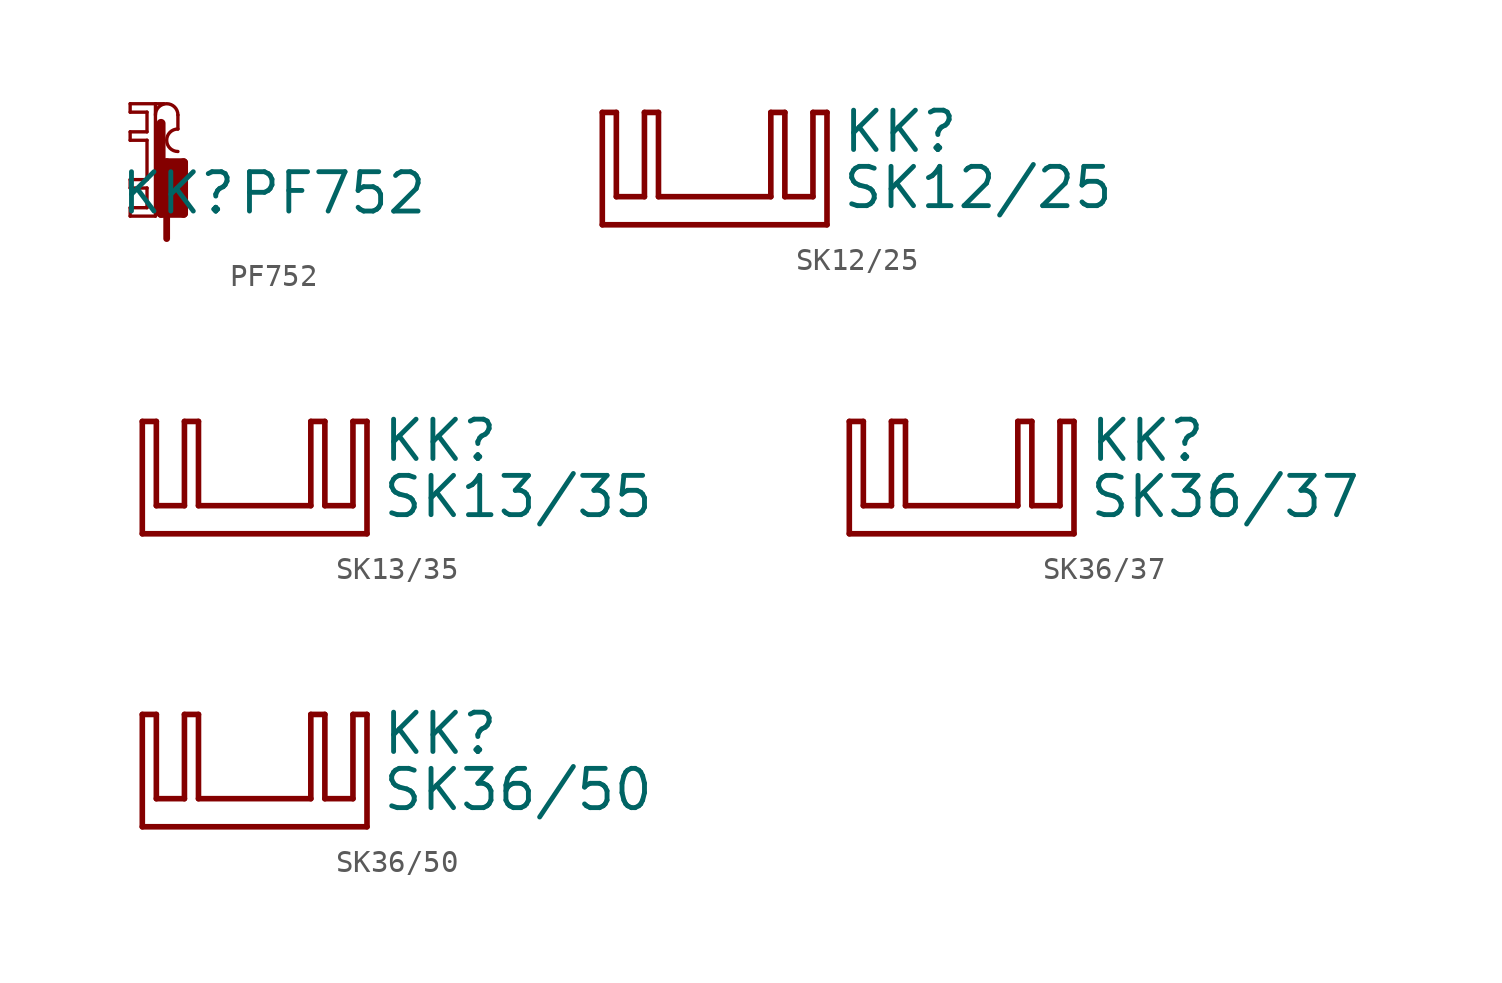
<source format=kicad_sym>
(kicad_symbol_lib
  (version 20220914)
  (generator Eagle2Kicad)
  (symbol "PF752"
    (property "Reference" "KK"
      (at -1.651 -2.54 0)
      (effects (font (size 1.778 1.778) (thickness 0.22)) (justify left bottom)))
    (property "Value" "PF752"
      (at 3.683 -2.54 0)
      (effects (font (size 1.778 1.778) (thickness 0.22)) (justify left bottom)))
    (polyline
      (pts (xy 0 -2.54) (xy 0 2.54))
      (stroke (width 0.152) (type default))
      (fill (type none)))
    (polyline
      (pts (xy 0 2.54) (xy -1.143 2.54))
      (stroke (width 0.152) (type default))
      (fill (type none)))
    (polyline
      (pts (xy -1.143 2.54) (xy -1.143 2.159))
      (stroke (width 0.152) (type default))
      (fill (type none)))
    (polyline
      (pts (xy -1.143 2.159) (xy -0.381 2.159))
      (stroke (width 0.152) (type default))
      (fill (type none)))
    (polyline
      (pts (xy -0.381 2.159) (xy -0.381 1.27))
      (stroke (width 0.152) (type default))
      (fill (type none)))
    (polyline
      (pts (xy -0.381 1.27) (xy -1.143 1.27))
      (stroke (width 0.152) (type default))
      (fill (type none)))
    (polyline
      (pts (xy -1.143 1.27) (xy -1.143 0.889))
      (stroke (width 0.152) (type default))
      (fill (type none)))
    (polyline
      (pts (xy -1.143 0.889) (xy -0.381 0.889))
      (stroke (width 0.152) (type default))
      (fill (type none)))
    (polyline
      (pts (xy -0.381 0.889) (xy -0.381 -0.889))
      (stroke (width 0.152) (type default))
      (fill (type none)))
    (polyline
      (pts (xy -0.381 -0.889) (xy -1.143 -0.889))
      (stroke (width 0.152) (type default))
      (fill (type none)))
    (polyline
      (pts (xy -1.143 -0.889) (xy -1.143 -1.27))
      (stroke (width 0.152) (type default))
      (fill (type none)))
    (polyline
      (pts (xy -1.143 -1.27) (xy -0.381 -1.27))
      (stroke (width 0.152) (type default))
      (fill (type none)))
    (polyline
      (pts (xy -0.381 -1.27) (xy -0.381 -2.159))
      (stroke (width 0.152) (type default))
      (fill (type none)))
    (polyline
      (pts (xy -0.381 -2.159) (xy -1.143 -2.159))
      (stroke (width 0.152) (type default))
      (fill (type none)))
    (polyline
      (pts (xy -1.143 -2.159) (xy -1.143 -2.54))
      (stroke (width 0.152) (type default))
      (fill (type none)))
    (polyline
      (pts (xy -1.143 -2.54) (xy 0 -2.54))
      (stroke (width 0.152) (type default))
      (fill (type none)))
    (polyline
      (pts (xy 0.381 2.54) (xy 0 2.54))
      (stroke (width 0.152) (type default))
      (fill (type none)))
    (polyline
      (pts (xy 1.016 1.397) (xy 1.016 2.032))
      (stroke (width 0.152) (type default))
      (fill (type none)))
    (arc
      (start 1.016 2.032)
      (mid 0.508 2.540)
      (end 0 2.032)
      (stroke (width 0.1524) (type default))
      (fill (type none)))
    (arc
      (start 1.016 1.397)
      (mid 0.508 0.889)
      (end 1.016 0.381)
      (stroke (width 0.1524) (type default))
      (fill (type none)))
    (polyline
      (pts (xy 0.254 1.651) (xy 0.254 -2.413))
      (stroke (width 0.406) (type default))
      (fill (type none)))
    (polyline
      (pts (xy 0.254 -2.413) (xy 1.27 -2.413))
      (stroke (width 0.406) (type default))
      (fill (type none)))
    (polyline
      (pts (xy 1.27 -2.413) (xy 1.27 -0.127))
      (stroke (width 0.406) (type default))
      (fill (type none)))
    (polyline
      (pts (xy 1.27 -0.127) (xy 0.508 -0.127))
      (stroke (width 0.406) (type default))
      (fill (type none)))
    (polyline
      (pts (xy 0.508 -0.127) (xy 0.508 -2.032))
      (stroke (width 0.406) (type default))
      (fill (type none)))
    (polyline
      (pts (xy 0.508 -2.032) (xy 1.016 -2.032))
      (stroke (width 0.406) (type default))
      (fill (type none)))
    (polyline
      (pts (xy 1.016 -2.032) (xy 1.016 -0.381))
      (stroke (width 0.406) (type default))
      (fill (type none)))
    (polyline
      (pts (xy 1.016 -0.381) (xy 0.762 -0.381))
      (stroke (width 0.406) (type default))
      (fill (type none)))
    (polyline
      (pts (xy 0.762 -0.381) (xy 0.762 -1.778))
      (stroke (width 0.406) (type default))
      (fill (type none)))
    (polyline
      (pts (xy 0.508 -2.54) (xy 0.508 -3.556))
      (stroke (width 0.305) (type default))
      (fill (type none))))
  (symbol "SK12/25"
    (property "Reference" "KK"
      (at 5.715 3.175 0)
      (effects (font (size 1.778 1.778) (thickness 0.22)) (justify left bottom)))
    (property "Value" "SK12/25"
      (at 5.715 0.635 0)
      (effects (font (size 1.778 1.778) (thickness 0.22)) (justify left bottom)))
    (polyline
      (pts (xy -5.08 0) (xy 5.08 0))
      (stroke (width 0.254) (type default))
      (fill (type none)))
    (polyline
      (pts (xy 5.08 0) (xy 5.08 5.08))
      (stroke (width 0.254) (type default))
      (fill (type none)))
    (polyline
      (pts (xy 5.08 5.08) (xy 4.445 5.08))
      (stroke (width 0.254) (type default))
      (fill (type none)))
    (polyline
      (pts (xy 4.445 5.08) (xy 4.445 1.27))
      (stroke (width 0.254) (type default))
      (fill (type none)))
    (polyline
      (pts (xy 4.445 1.27) (xy 3.175 1.27))
      (stroke (width 0.254) (type default))
      (fill (type none)))
    (polyline
      (pts (xy 3.175 1.27) (xy 3.175 5.08))
      (stroke (width 0.254) (type default))
      (fill (type none)))
    (polyline
      (pts (xy 3.175 5.08) (xy 2.54 5.08))
      (stroke (width 0.254) (type default))
      (fill (type none)))
    (polyline
      (pts (xy 2.54 5.08) (xy 2.54 1.27))
      (stroke (width 0.254) (type default))
      (fill (type none)))
    (polyline
      (pts (xy 2.54 1.27) (xy -2.54 1.27))
      (stroke (width 0.254) (type default))
      (fill (type none)))
    (polyline
      (pts (xy -2.54 1.27) (xy -2.54 5.08))
      (stroke (width 0.254) (type default))
      (fill (type none)))
    (polyline
      (pts (xy -2.54 5.08) (xy -3.175 5.08))
      (stroke (width 0.254) (type default))
      (fill (type none)))
    (polyline
      (pts (xy -3.175 5.08) (xy -3.175 1.27))
      (stroke (width 0.254) (type default))
      (fill (type none)))
    (polyline
      (pts (xy -3.175 1.27) (xy -4.445 1.27))
      (stroke (width 0.254) (type default))
      (fill (type none)))
    (polyline
      (pts (xy -4.445 1.27) (xy -4.445 5.08))
      (stroke (width 0.254) (type default))
      (fill (type none)))
    (polyline
      (pts (xy -4.445 5.08) (xy -5.08 5.08))
      (stroke (width 0.254) (type default))
      (fill (type none)))
    (polyline
      (pts (xy -5.08 5.08) (xy -5.08 0))
      (stroke (width 0.254) (type default))
      (fill (type none))))
  (symbol "SK13/35"
    (property "Reference" "KK"
      (at 5.715 3.175 0)
      (effects (font (size 1.778 1.778) (thickness 0.22)) (justify left bottom)))
    (property "Value" "SK13/35"
      (at 5.715 0.635 0)
      (effects (font (size 1.778 1.778) (thickness 0.22)) (justify left bottom)))
    (polyline
      (pts (xy -5.08 0) (xy 5.08 0))
      (stroke (width 0.254) (type default))
      (fill (type none)))
    (polyline
      (pts (xy 5.08 0) (xy 5.08 5.08))
      (stroke (width 0.254) (type default))
      (fill (type none)))
    (polyline
      (pts (xy 5.08 5.08) (xy 4.445 5.08))
      (stroke (width 0.254) (type default))
      (fill (type none)))
    (polyline
      (pts (xy 4.445 5.08) (xy 4.445 1.27))
      (stroke (width 0.254) (type default))
      (fill (type none)))
    (polyline
      (pts (xy 4.445 1.27) (xy 3.175 1.27))
      (stroke (width 0.254) (type default))
      (fill (type none)))
    (polyline
      (pts (xy 3.175 1.27) (xy 3.175 5.08))
      (stroke (width 0.254) (type default))
      (fill (type none)))
    (polyline
      (pts (xy 3.175 5.08) (xy 2.54 5.08))
      (stroke (width 0.254) (type default))
      (fill (type none)))
    (polyline
      (pts (xy 2.54 5.08) (xy 2.54 1.27))
      (stroke (width 0.254) (type default))
      (fill (type none)))
    (polyline
      (pts (xy 2.54 1.27) (xy -2.54 1.27))
      (stroke (width 0.254) (type default))
      (fill (type none)))
    (polyline
      (pts (xy -2.54 1.27) (xy -2.54 5.08))
      (stroke (width 0.254) (type default))
      (fill (type none)))
    (polyline
      (pts (xy -2.54 5.08) (xy -3.175 5.08))
      (stroke (width 0.254) (type default))
      (fill (type none)))
    (polyline
      (pts (xy -3.175 5.08) (xy -3.175 1.27))
      (stroke (width 0.254) (type default))
      (fill (type none)))
    (polyline
      (pts (xy -3.175 1.27) (xy -4.445 1.27))
      (stroke (width 0.254) (type default))
      (fill (type none)))
    (polyline
      (pts (xy -4.445 1.27) (xy -4.445 5.08))
      (stroke (width 0.254) (type default))
      (fill (type none)))
    (polyline
      (pts (xy -4.445 5.08) (xy -5.08 5.08))
      (stroke (width 0.254) (type default))
      (fill (type none)))
    (polyline
      (pts (xy -5.08 5.08) (xy -5.08 0))
      (stroke (width 0.254) (type default))
      (fill (type none))))
  (symbol "SK36/37"
    (property "Reference" "KK"
      (at 5.715 3.175 0)
      (effects (font (size 1.778 1.778) (thickness 0.22)) (justify left bottom)))
    (property "Value" "SK36/37"
      (at 5.715 0.635 0)
      (effects (font (size 1.778 1.778) (thickness 0.22)) (justify left bottom)))
    (polyline
      (pts (xy -5.08 0) (xy 5.08 0))
      (stroke (width 0.254) (type default))
      (fill (type none)))
    (polyline
      (pts (xy 5.08 0) (xy 5.08 5.08))
      (stroke (width 0.254) (type default))
      (fill (type none)))
    (polyline
      (pts (xy 5.08 5.08) (xy 4.445 5.08))
      (stroke (width 0.254) (type default))
      (fill (type none)))
    (polyline
      (pts (xy 4.445 5.08) (xy 4.445 1.27))
      (stroke (width 0.254) (type default))
      (fill (type none)))
    (polyline
      (pts (xy 4.445 1.27) (xy 3.175 1.27))
      (stroke (width 0.254) (type default))
      (fill (type none)))
    (polyline
      (pts (xy 3.175 1.27) (xy 3.175 5.08))
      (stroke (width 0.254) (type default))
      (fill (type none)))
    (polyline
      (pts (xy 3.175 5.08) (xy 2.54 5.08))
      (stroke (width 0.254) (type default))
      (fill (type none)))
    (polyline
      (pts (xy 2.54 5.08) (xy 2.54 1.27))
      (stroke (width 0.254) (type default))
      (fill (type none)))
    (polyline
      (pts (xy 2.54 1.27) (xy -2.54 1.27))
      (stroke (width 0.254) (type default))
      (fill (type none)))
    (polyline
      (pts (xy -2.54 1.27) (xy -2.54 5.08))
      (stroke (width 0.254) (type default))
      (fill (type none)))
    (polyline
      (pts (xy -2.54 5.08) (xy -3.175 5.08))
      (stroke (width 0.254) (type default))
      (fill (type none)))
    (polyline
      (pts (xy -3.175 5.08) (xy -3.175 1.27))
      (stroke (width 0.254) (type default))
      (fill (type none)))
    (polyline
      (pts (xy -3.175 1.27) (xy -4.445 1.27))
      (stroke (width 0.254) (type default))
      (fill (type none)))
    (polyline
      (pts (xy -4.445 1.27) (xy -4.445 5.08))
      (stroke (width 0.254) (type default))
      (fill (type none)))
    (polyline
      (pts (xy -4.445 5.08) (xy -5.08 5.08))
      (stroke (width 0.254) (type default))
      (fill (type none)))
    (polyline
      (pts (xy -5.08 5.08) (xy -5.08 0))
      (stroke (width 0.254) (type default))
      (fill (type none))))
  (symbol "SK36/50"
    (property "Reference" "KK"
      (at 5.715 3.175 0)
      (effects (font (size 1.778 1.778) (thickness 0.22)) (justify left bottom)))
    (property "Value" "SK36/50"
      (at 5.715 0.635 0)
      (effects (font (size 1.778 1.778) (thickness 0.22)) (justify left bottom)))
    (polyline
      (pts (xy -5.08 0) (xy 5.08 0))
      (stroke (width 0.254) (type default))
      (fill (type none)))
    (polyline
      (pts (xy 5.08 0) (xy 5.08 5.08))
      (stroke (width 0.254) (type default))
      (fill (type none)))
    (polyline
      (pts (xy 5.08 5.08) (xy 4.445 5.08))
      (stroke (width 0.254) (type default))
      (fill (type none)))
    (polyline
      (pts (xy 4.445 5.08) (xy 4.445 1.27))
      (stroke (width 0.254) (type default))
      (fill (type none)))
    (polyline
      (pts (xy 4.445 1.27) (xy 3.175 1.27))
      (stroke (width 0.254) (type default))
      (fill (type none)))
    (polyline
      (pts (xy 3.175 1.27) (xy 3.175 5.08))
      (stroke (width 0.254) (type default))
      (fill (type none)))
    (polyline
      (pts (xy 3.175 5.08) (xy 2.54 5.08))
      (stroke (width 0.254) (type default))
      (fill (type none)))
    (polyline
      (pts (xy 2.54 5.08) (xy 2.54 1.27))
      (stroke (width 0.254) (type default))
      (fill (type none)))
    (polyline
      (pts (xy 2.54 1.27) (xy -2.54 1.27))
      (stroke (width 0.254) (type default))
      (fill (type none)))
    (polyline
      (pts (xy -2.54 1.27) (xy -2.54 5.08))
      (stroke (width 0.254) (type default))
      (fill (type none)))
    (polyline
      (pts (xy -2.54 5.08) (xy -3.175 5.08))
      (stroke (width 0.254) (type default))
      (fill (type none)))
    (polyline
      (pts (xy -3.175 5.08) (xy -3.175 1.27))
      (stroke (width 0.254) (type default))
      (fill (type none)))
    (polyline
      (pts (xy -3.175 1.27) (xy -4.445 1.27))
      (stroke (width 0.254) (type default))
      (fill (type none)))
    (polyline
      (pts (xy -4.445 1.27) (xy -4.445 5.08))
      (stroke (width 0.254) (type default))
      (fill (type none)))
    (polyline
      (pts (xy -4.445 5.08) (xy -5.08 5.08))
      (stroke (width 0.254) (type default))
      (fill (type none)))
    (polyline
      (pts (xy -5.08 5.08) (xy -5.08 0))
      (stroke (width 0.254) (type default))
      (fill (type none)))))
</source>
